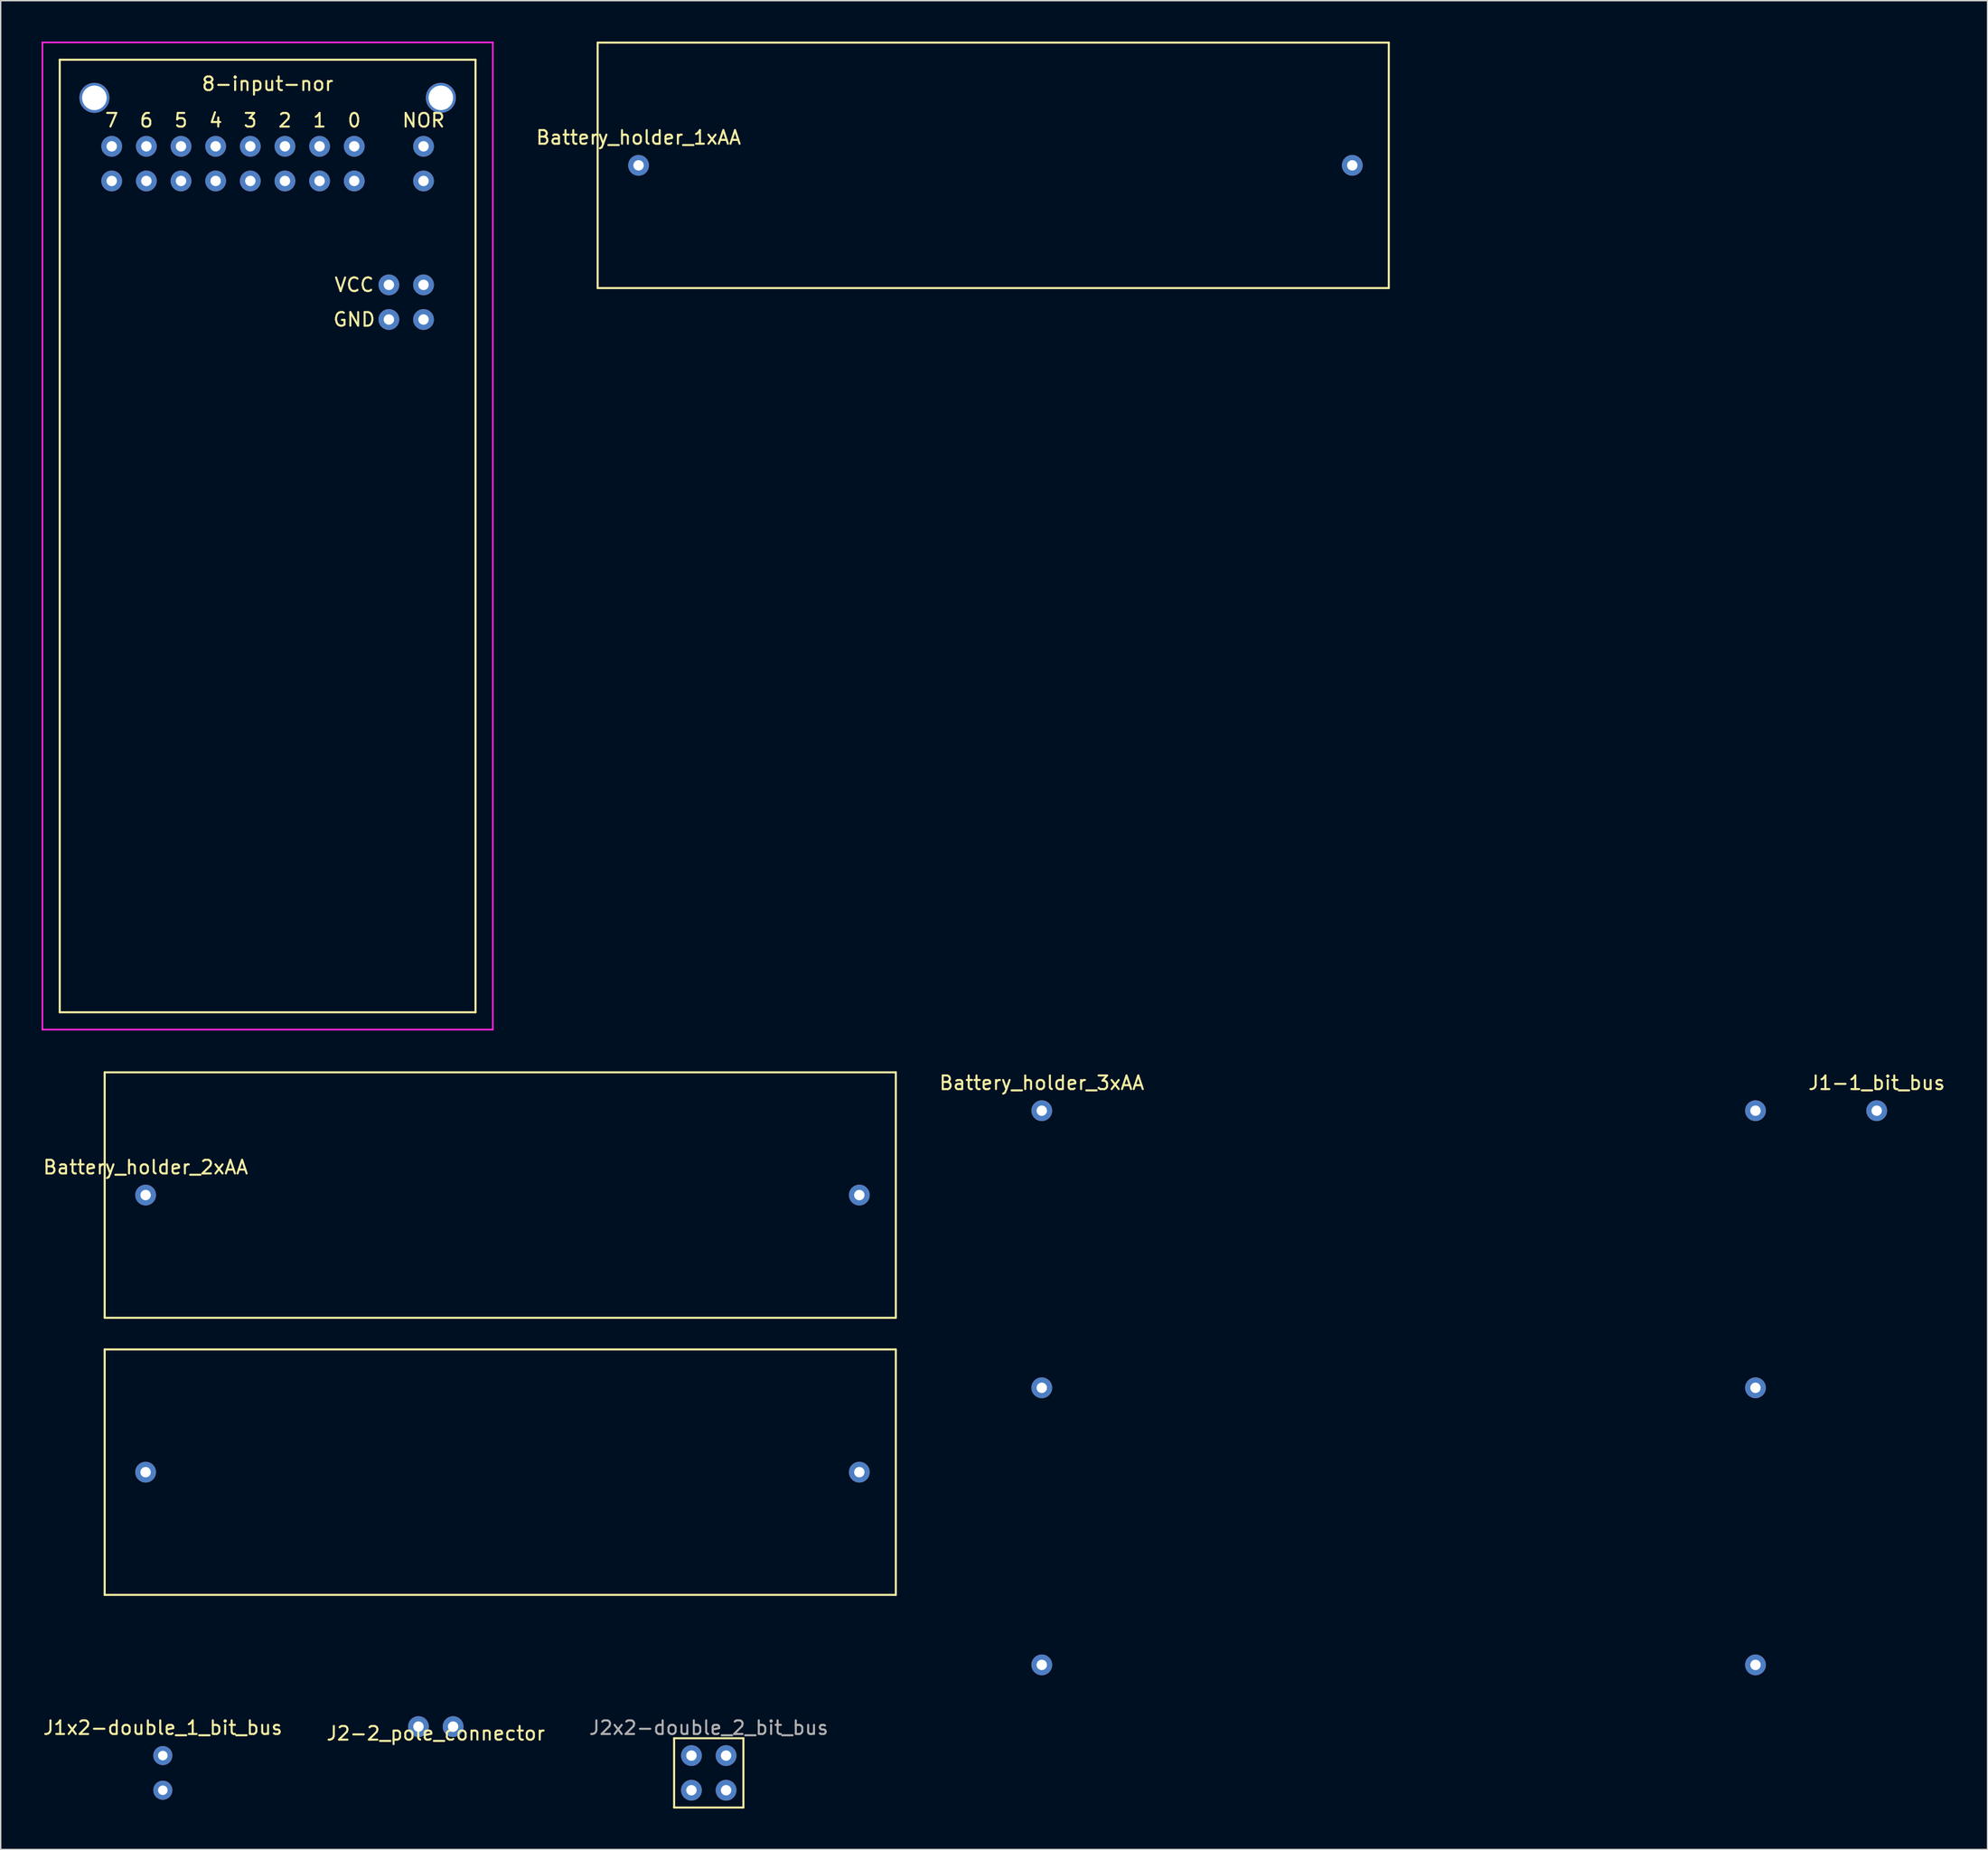
<source format=kicad_pcb>
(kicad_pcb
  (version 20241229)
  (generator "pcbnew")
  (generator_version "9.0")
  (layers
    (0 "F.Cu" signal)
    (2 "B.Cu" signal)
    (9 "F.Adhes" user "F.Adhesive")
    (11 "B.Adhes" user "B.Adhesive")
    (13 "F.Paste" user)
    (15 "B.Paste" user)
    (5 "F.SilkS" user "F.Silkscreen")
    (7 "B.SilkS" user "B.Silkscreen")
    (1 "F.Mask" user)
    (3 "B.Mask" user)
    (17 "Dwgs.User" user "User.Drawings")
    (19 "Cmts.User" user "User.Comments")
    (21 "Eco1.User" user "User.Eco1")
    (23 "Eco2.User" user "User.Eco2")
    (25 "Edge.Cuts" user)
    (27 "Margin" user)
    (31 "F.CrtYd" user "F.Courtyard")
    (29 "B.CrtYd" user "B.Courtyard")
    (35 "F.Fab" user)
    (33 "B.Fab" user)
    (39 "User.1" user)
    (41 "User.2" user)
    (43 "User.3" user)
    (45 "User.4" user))
  (footprint "Battery_holder_1xAA"
    (layer "F.Cu")
    (at 43.765 9.075)
    (property "Reference" "Battery_holder_1xAA" (at 0 -2.04 0) (layer "F.SilkS") (effects (font (size 1 1) (thickness 0.15))))
    (attr through_hole)
    (fp_line (start -3 9) (end -3 -9) (stroke (width 0.15) (type solid)) (layer "F.SilkS"))
    (fp_line (start 55 -9) (end -3 -9) (stroke (width 0.15) (type solid)) (layer "F.SilkS"))
    (fp_line (start 55 -9) (end 55 9) (stroke (width 0.15) (type solid)) (layer "F.SilkS"))
    (fp_line (start 55 9) (end -3 9) (stroke (width 0.15) (type solid)) (layer "F.SilkS"))
    (pad "1" thru_hole circle (at 0 0) (size 1.524 1.524) (drill 0.762) (layers "*.Cu" "*.Mask"))
    (pad "2" thru_hole circle (at 52.324 0) (size 1.524 1.524) (drill 0.762) (layers "*.Cu" "*.Mask")))
  (footprint "J1x2-double_1_bit_bus"
    (layer "F.Cu")
    (at 8.887 123.148)
    (property "Reference" "J1x2-double_1_bit_bus" (at 0 0.5 0) (layer "F.SilkS") (effects (font (size 1 1) (thickness 0.15))))
    (attr through_hole)
    (pad "1" thru_hole circle (at 0 2.54) (size 1.4 1.4) (drill 0.7) (layers "*.Cu" "*.Mask"))
    (pad "1" thru_hole circle (at 0 5.08) (size 1.4 1.4) (drill 0.7) (layers "*.Cu" "*.Mask")))
  (footprint "Battery_holder_2xAA"
    (layer "F.Cu")
    (at 7.625 84.585)
    (property "Reference" "Battery_holder_2xAA" (at 0 -2.04 0) (layer "F.SilkS") (effects (font (size 1 1) (thickness 0.15))))
    (attr through_hole)
    (fp_line (start -3 -9) (end 55 -9) (stroke (width 0.15) (type solid)) (layer "F.SilkS"))
    (fp_line (start -3 9) (end -3 -9) (stroke (width 0.15) (type solid)) (layer "F.SilkS"))
    (fp_line (start -3 11.32) (end 55 11.32) (stroke (width 0.15) (type solid)) (layer "F.SilkS"))
    (fp_line (start -3 29.32) (end -3 11.32) (stroke (width 0.15) (type solid)) (layer "F.SilkS"))
    (fp_line (start 55 -9) (end 55 9) (stroke (width 0.15) (type solid)) (layer "F.SilkS"))
    (fp_line (start 55 9) (end -3 9) (stroke (width 0.15) (type solid)) (layer "F.SilkS"))
    (fp_line (start 55 11.32) (end 55 29.32) (stroke (width 0.15) (type solid)) (layer "F.SilkS"))
    (fp_line (start 55 29.32) (end -3 29.32) (stroke (width 0.15) (type solid)) (layer "F.SilkS"))
    (pad "1" thru_hole circle (at 0 0) (size 1.524 1.524) (drill 0.762) (layers "*.Cu" "*.Mask"))
    (pad "2" thru_hole circle (at 0 20.32) (size 1.524 1.524) (drill 0.762) (layers "*.Cu" "*.Mask"))
    (pad "3" thru_hole circle (at 52.324 0) (size 1.524 1.524) (drill 0.762) (layers "*.Cu" "*.Mask"))
    (pad "4" thru_hole circle (at 52.324 20.32) (size 1.524 1.524) (drill 0.762) (layers "*.Cu" "*.Mask")))
  (footprint "Battery_holder_3xAA"
    (layer "F.Cu")
    (at 73.325 78.398)
    (property "Reference" "Battery_holder_3xAA" (at 0 -2.04 0) (layer "F.SilkS") (effects (font (size 1 1) (thickness 0.15))))
    (attr through_hole)
    (pad "1" thru_hole circle (at 0 0) (size 1.524 1.524) (drill 0.762) (layers "*.Cu" "*.Mask"))
    (pad "2" thru_hole circle (at 52.324 0) (size 1.524 1.524) (drill 0.762) (layers "*.Cu" "*.Mask"))
    (pad "2" thru_hole circle (at 52.324 20.32) (size 1.524 1.524) (drill 0.762) (layers "*.Cu" "*.Mask"))
    (pad "3" thru_hole circle (at 0 20.32) (size 1.524 1.524) (drill 0.762) (layers "*.Cu" "*.Mask"))
    (pad "3" thru_hole circle (at 0 40.64) (size 1.524 1.524) (drill 0.762) (layers "*.Cu" "*.Mask"))
    (pad "4" thru_hole circle (at 52.324 40.64) (size 1.524 1.524) (drill 0.762) (layers "*.Cu" "*.Mask")))
  (footprint "J2-2_pole_connector"
    (layer "F.Cu")
    (at 28.899 123.562)
    (property "Reference" "J2-2_pole_connector" (at 0 0.5 0) (layer "F.SilkS") (effects (font (size 1 1) (thickness 0.15))))
    (attr through_hole)
    (pad "1" thru_hole circle (at -1.27 0) (size 1.524 1.524) (drill 0.762) (layers "*.Cu" "*.Mask"))
    (pad "2" thru_hole circle (at 1.27 0) (size 1.524 1.524) (drill 0.762) (layers "*.Cu" "*.Mask")))
  (footprint "J1-1_bit_bus"
    (layer "F.Cu")
    (at 134.536 75.858)
    (property "Reference" "J1-1_bit_bus" (at 0 0.5 0) (layer "F.SilkS") (effects (font (size 1 1) (thickness 0.15))))
    (attr through_hole)
    (pad "1" thru_hole circle (at 0 2.54) (size 1.524 1.524) (drill 0.762) (layers "*.Cu" "*.Mask")))
  (footprint "8-input-nor"
    (layer "F.Cu")
    (at 5.14 7.68)
    (property "Reference" "8-input-nor" (at 11.43 -4.58 0) (layer "F.SilkS") (effects (font (size 1 1) (thickness 0.15))))
    (attr through_hole)
    (fp_line (start -3.81 -6.35) (end 26.67 -6.35) (stroke (width 0.15) (type solid)) (layer "F.SilkS"))
    (fp_line (start -3.81 63.5) (end -3.81 -6.35) (stroke (width 0.15) (type solid)) (layer "F.SilkS"))
    (fp_line (start 26.67 -6.35) (end 26.67 63.5) (stroke (width 0.15) (type solid)) (layer "F.SilkS"))
    (fp_line (start 26.67 63.5) (end -3.81 63.5) (stroke (width 0.15) (type solid)) (layer "F.SilkS"))
    (fp_line (start -5.08 -7.62) (end 27.94 -7.62) (stroke (width 0.12) (type solid)) (layer "F.CrtYd"))
    (fp_line (start -5.08 64.77) (end -5.08 -7.62) (stroke (width 0.12) (type solid)) (layer "F.CrtYd"))
    (fp_line (start 27.94 -7.62) (end 27.94 64.77) (stroke (width 0.12) (type solid)) (layer "F.CrtYd"))
    (fp_line (start 27.94 64.77) (end -5.08 64.77) (stroke (width 0.12) (type solid)) (layer "F.CrtYd"))
    (fp_text user "4" (at 7.62 -1.905 0) (layer "F.SilkS") (effects (font (size 1 1) (thickness 0.15))))
    (fp_text user "5" (at 5.08 -1.905 0) (layer "F.SilkS") (effects (font (size 1 1) (thickness 0.15))))
    (fp_text user "NOR" (at 22.86 -1.905 0) (layer "F.SilkS") (effects (font (size 1 1) (thickness 0.15))))
    (fp_text user "6" (at 2.54 -1.905 0) (layer "F.SilkS") (effects (font (size 1 1) (thickness 0.15))))
    (fp_text user "3" (at 10.16 -1.905 0) (layer "F.SilkS") (effects (font (size 1 1) (thickness 0.15))))
    (fp_text user "VCC" (at 17.78 10.16 180) (layer "F.SilkS") (effects (font (size 1 1) (thickness 0.15))))
    (fp_text user "1" (at 15.24 -1.905 0) (layer "F.SilkS") (effects (font (size 1 1) (thickness 0.15))))
    (fp_text user "GND" (at 17.78 12.7 180) (layer "F.SilkS") (effects (font (size 1 1) (thickness 0.15))))
    (fp_text user "2" (at 12.7 -1.905 0) (layer "F.SilkS") (effects (font (size 1 1) (thickness 0.15))))
    (fp_text user "0" (at 17.78 -1.905 0) (layer "F.SilkS") (effects (font (size 1 1) (thickness 0.15))))
    (fp_text user "7" (at 0 -1.905 0) (layer "F.SilkS") (effects (font (size 1 1) (thickness 0.15))))
    (pad "" thru_hole circle (at -1.27 -3.556) (size 2.2 2.2) (drill 1.8) (layers "*.Cu" "*.Mask"))
    (pad "" thru_hole circle (at 24.13 -3.556) (size 2.2 2.2) (drill 1.8) (layers "*.Cu" "*.Mask"))
    (pad "1" thru_hole circle (at 0 0) (size 1.524 1.524) (drill 0.762) (layers "*.Cu" "*.Mask"))
    (pad "1" thru_hole circle (at 0 2.54) (size 1.524 1.524) (drill 0.762) (layers "*.Cu" "*.Mask"))
    (pad "2" thru_hole circle (at 2.54 0) (size 1.524 1.524) (drill 0.762) (layers "*.Cu" "*.Mask"))
    (pad "2" thru_hole circle (at 2.54 2.54) (size 1.524 1.524) (drill 0.762) (layers "*.Cu" "*.Mask"))
    (pad "3" thru_hole circle (at 5.08 0) (size 1.524 1.524) (drill 0.762) (layers "*.Cu" "*.Mask"))
    (pad "3" thru_hole circle (at 5.08 2.54) (size 1.524 1.524) (drill 0.762) (layers "*.Cu" "*.Mask"))
    (pad "4" thru_hole circle (at 7.62 0) (size 1.524 1.524) (drill 0.762) (layers "*.Cu" "*.Mask"))
    (pad "4" thru_hole circle (at 7.62 2.54) (size 1.524 1.524) (drill 0.762) (layers "*.Cu" "*.Mask"))
    (pad "5" thru_hole circle (at 10.16 0) (size 1.524 1.524) (drill 0.762) (layers "*.Cu" "*.Mask"))
    (pad "5" thru_hole circle (at 10.16 2.54) (size 1.524 1.524) (drill 0.762) (layers "*.Cu" "*.Mask"))
    (pad "6" thru_hole circle (at 12.7 0) (size 1.524 1.524) (drill 0.762) (layers "*.Cu" "*.Mask"))
    (pad "6" thru_hole circle (at 12.7 2.54) (size 1.524 1.524) (drill 0.762) (layers "*.Cu" "*.Mask"))
    (pad "7" thru_hole circle (at 15.24 0) (size 1.524 1.524) (drill 0.762) (layers "*.Cu" "*.Mask"))
    (pad "7" thru_hole circle (at 15.24 2.54) (size 1.524 1.524) (drill 0.762) (layers "*.Cu" "*.Mask"))
    (pad "8" thru_hole circle (at 17.78 0) (size 1.524 1.524) (drill 0.762) (layers "*.Cu" "*.Mask"))
    (pad "8" thru_hole circle (at 17.78 2.54) (size 1.524 1.524) (drill 0.762) (layers "*.Cu" "*.Mask"))
    (pad "9" thru_hole circle (at 22.86 0) (size 1.524 1.524) (drill 0.762) (layers "*.Cu" "*.Mask"))
    (pad "9" thru_hole circle (at 22.86 2.54) (size 1.524 1.524) (drill 0.762) (layers "*.Cu" "*.Mask"))
    (pad "10" thru_hole circle (at 20.32 10.16 270) (size 1.524 1.524) (drill 0.762) (layers "*.Cu" "*.Mask"))
    (pad "10" thru_hole circle (at 22.86 10.16 270) (size 1.524 1.524) (drill 0.762) (layers "*.Cu" "*.Mask"))
    (pad "11" thru_hole circle (at 20.32 12.7 90) (size 1.524 1.524) (drill 0.762) (layers "*.Cu" "*.Mask"))
    (pad "11" thru_hole circle (at 22.86 12.7 90) (size 1.524 1.524) (drill 0.762) (layers "*.Cu" "*.Mask")))
  (footprint "J2x2-double_2_bit_bus"
    (layer "F.Cu")
    (at 47.641 125.689)
    (property "Reference" "J2x2-double_2_bit_bus" (at 1.27 -2.04 0) (layer "F.Fab") (effects (font (size 1 1) (thickness 0.15))))
    (attr through_hole)
    (fp_line (start -1.27 -1.27) (end 3.81 -1.27) (stroke (width 0.15) (type solid)) (layer "F.SilkS"))
    (fp_line (start -1.27 3.81) (end -1.27 -1.27) (stroke (width 0.15) (type solid)) (layer "F.SilkS"))
    (fp_line (start 3.81 -1.27) (end 3.81 3.81) (stroke (width 0.15) (type solid)) (layer "F.SilkS"))
    (fp_line (start 3.81 3.81) (end -1.27 3.81) (stroke (width 0.15) (type solid)) (layer "F.SilkS"))
    (pad "1" thru_hole circle (at 0 0) (size 1.524 1.524) (drill 0.762) (layers "*.Cu" "*.Mask"))
    (pad "1" thru_hole circle (at 0 2.54) (size 1.524 1.524) (drill 0.762) (layers "*.Cu" "*.Mask"))
    (pad "2" thru_hole circle (at 2.54 0) (size 1.524 1.524) (drill 0.762) (layers "*.Cu" "*.Mask"))
    (pad "2" thru_hole circle (at 2.54 2.54) (size 1.524 1.524) (drill 0.762) (layers "*.Cu" "*.Mask")))
  (gr_rect
    (start -3 -3)
    (end 142.661 132.573)
    (stroke (width 0.1) (type default))
    (fill no)
    (layer "Edge.Cuts")))
</source>
